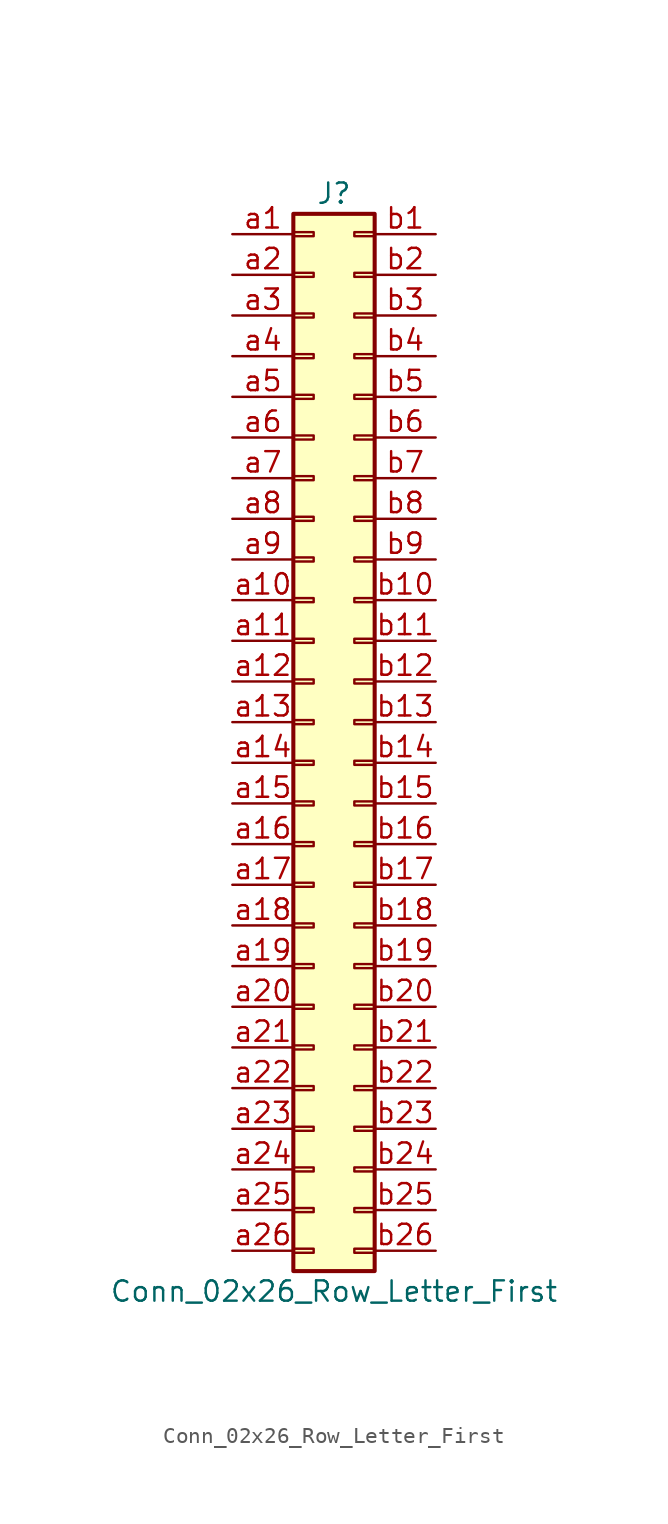
<source format=kicad_sym>
(kicad_symbol_lib
  (version 20220914)
  (generator kicad_symbol_editor)
  (symbol "Conn_02x26_Row_Letter_First"
    (pin_names
      (offset 1.016) hide)
    (property "Reference" "J"
      (at 1.27 33.02 0)
      (effects (font (size 1.27 1.27))))
    (property "Value" "Conn_02x26_Row_Letter_First"
      (at 1.27 -35.56 0)
      (effects (font (size 1.27 1.27))))
    (symbol "Conn_02x26_Row_Letter_First_1_1"
      (rectangle (start -1.27 -32.893) (end 0 -33.147) (stroke (width 0.152) (type solid)) (fill (type none)))
      (rectangle (start -1.27 -30.353) (end 0 -30.607) (stroke (width 0.152) (type solid)) (fill (type none)))
      (rectangle (start -1.27 -27.813) (end 0 -28.067) (stroke (width 0.152) (type solid)) (fill (type none)))
      (rectangle (start -1.27 -25.273) (end 0 -25.527) (stroke (width 0.152) (type solid)) (fill (type none)))
      (rectangle (start -1.27 -22.733) (end 0 -22.987) (stroke (width 0.152) (type solid)) (fill (type none)))
      (rectangle (start -1.27 -20.193) (end 0 -20.447) (stroke (width 0.152) (type solid)) (fill (type none)))
      (rectangle (start -1.27 -17.653) (end 0 -17.907) (stroke (width 0.152) (type solid)) (fill (type none)))
      (rectangle (start -1.27 -15.113) (end 0 -15.367) (stroke (width 0.152) (type solid)) (fill (type none)))
      (rectangle (start -1.27 -12.573) (end 0 -12.827) (stroke (width 0.152) (type solid)) (fill (type none)))
      (rectangle (start -1.27 -10.033) (end 0 -10.287) (stroke (width 0.152) (type solid)) (fill (type none)))
      (rectangle (start -1.27 -7.493) (end 0 -7.747) (stroke (width 0.152) (type solid)) (fill (type none)))
      (rectangle (start -1.27 -4.953) (end 0 -5.207) (stroke (width 0.152) (type solid)) (fill (type none)))
      (rectangle (start -1.27 -2.413) (end 0 -2.667) (stroke (width 0.152) (type solid)) (fill (type none)))
      (rectangle (start -1.27 0.127) (end 0 -0.127) (stroke (width 0.152) (type solid)) (fill (type none)))
      (rectangle (start -1.27 2.667) (end 0 2.413) (stroke (width 0.152) (type solid)) (fill (type none)))
      (rectangle (start -1.27 5.207) (end 0 4.953) (stroke (width 0.152) (type solid)) (fill (type none)))
      (rectangle (start -1.27 7.747) (end 0 7.493) (stroke (width 0.152) (type solid)) (fill (type none)))
      (rectangle (start -1.27 10.287) (end 0 10.033) (stroke (width 0.152) (type solid)) (fill (type none)))
      (rectangle (start -1.27 12.827) (end 0 12.573) (stroke (width 0.152) (type solid)) (fill (type none)))
      (rectangle (start -1.27 15.367) (end 0 15.113) (stroke (width 0.152) (type solid)) (fill (type none)))
      (rectangle (start -1.27 17.907) (end 0 17.653) (stroke (width 0.152) (type solid)) (fill (type none)))
      (rectangle (start -1.27 20.447) (end 0 20.193) (stroke (width 0.152) (type solid)) (fill (type none)))
      (rectangle (start -1.27 22.987) (end 0 22.733) (stroke (width 0.152) (type solid)) (fill (type none)))
      (rectangle (start -1.27 25.527) (end 0 25.273) (stroke (width 0.152) (type solid)) (fill (type none)))
      (rectangle (start -1.27 28.067) (end 0 27.813) (stroke (width 0.152) (type solid)) (fill (type none)))
      (rectangle (start -1.27 30.607) (end 0 30.353) (stroke (width 0.152) (type solid)) (fill (type none)))
      (rectangle (start -1.27 31.75) (end 3.81 -34.29) (stroke (width 0.254) (type solid)) (fill (type background)))
      (rectangle (start 3.81 -32.893) (end 2.54 -33.147) (stroke (width 0.152) (type solid)) (fill (type none)))
      (rectangle (start 3.81 -30.353) (end 2.54 -30.607) (stroke (width 0.152) (type solid)) (fill (type none)))
      (rectangle (start 3.81 -27.813) (end 2.54 -28.067) (stroke (width 0.152) (type solid)) (fill (type none)))
      (rectangle (start 3.81 -25.273) (end 2.54 -25.527) (stroke (width 0.152) (type solid)) (fill (type none)))
      (rectangle (start 3.81 -22.733) (end 2.54 -22.987) (stroke (width 0.152) (type solid)) (fill (type none)))
      (rectangle (start 3.81 -20.193) (end 2.54 -20.447) (stroke (width 0.152) (type solid)) (fill (type none)))
      (rectangle (start 3.81 -17.653) (end 2.54 -17.907) (stroke (width 0.152) (type solid)) (fill (type none)))
      (rectangle (start 3.81 -15.113) (end 2.54 -15.367) (stroke (width 0.152) (type solid)) (fill (type none)))
      (rectangle (start 3.81 -12.573) (end 2.54 -12.827) (stroke (width 0.152) (type solid)) (fill (type none)))
      (rectangle (start 3.81 -10.033) (end 2.54 -10.287) (stroke (width 0.152) (type solid)) (fill (type none)))
      (rectangle (start 3.81 -7.493) (end 2.54 -7.747) (stroke (width 0.152) (type solid)) (fill (type none)))
      (rectangle (start 3.81 -4.953) (end 2.54 -5.207) (stroke (width 0.152) (type solid)) (fill (type none)))
      (rectangle (start 3.81 -2.413) (end 2.54 -2.667) (stroke (width 0.152) (type solid)) (fill (type none)))
      (rectangle (start 3.81 0.127) (end 2.54 -0.127) (stroke (width 0.152) (type solid)) (fill (type none)))
      (rectangle (start 3.81 2.667) (end 2.54 2.413) (stroke (width 0.152) (type solid)) (fill (type none)))
      (rectangle (start 3.81 5.207) (end 2.54 4.953) (stroke (width 0.152) (type solid)) (fill (type none)))
      (rectangle (start 3.81 7.747) (end 2.54 7.493) (stroke (width 0.152) (type solid)) (fill (type none)))
      (rectangle (start 3.81 10.287) (end 2.54 10.033) (stroke (width 0.152) (type solid)) (fill (type none)))
      (rectangle (start 3.81 12.827) (end 2.54 12.573) (stroke (width 0.152) (type solid)) (fill (type none)))
      (rectangle (start 3.81 15.367) (end 2.54 15.113) (stroke (width 0.152) (type solid)) (fill (type none)))
      (rectangle (start 3.81 17.907) (end 2.54 17.653) (stroke (width 0.152) (type solid)) (fill (type none)))
      (rectangle (start 3.81 20.447) (end 2.54 20.193) (stroke (width 0.152) (type solid)) (fill (type none)))
      (rectangle (start 3.81 22.987) (end 2.54 22.733) (stroke (width 0.152) (type solid)) (fill (type none)))
      (rectangle (start 3.81 25.527) (end 2.54 25.273) (stroke (width 0.152) (type solid)) (fill (type none)))
      (rectangle (start 3.81 28.067) (end 2.54 27.813) (stroke (width 0.152) (type solid)) (fill (type none)))
      (rectangle (start 3.81 30.607) (end 2.54 30.353) (stroke (width 0.152) (type solid)) (fill (type none)))
      (pin passive line (at -5.08 30.48 0) (length 3.81) (name "Pin_a1" (effects (font (size 1.27 1.27)))) (number "a1" (effects (font (size 1.27 1.27)))))
      (pin passive line (at -5.08 7.62 0) (length 3.81) (name "Pin_a10" (effects (font (size 1.27 1.27)))) (number "a10" (effects (font (size 1.27 1.27)))))
      (pin passive line (at -5.08 5.08 0) (length 3.81) (name "Pin_a11" (effects (font (size 1.27 1.27)))) (number "a11" (effects (font (size 1.27 1.27)))))
      (pin passive line (at -5.08 2.54 0) (length 3.81) (name "Pin_a12" (effects (font (size 1.27 1.27)))) (number "a12" (effects (font (size 1.27 1.27)))))
      (pin passive line (at -5.08 0 0) (length 3.81) (name "Pin_a13" (effects (font (size 1.27 1.27)))) (number "a13" (effects (font (size 1.27 1.27)))))
      (pin passive line (at -5.08 -2.54 0) (length 3.81) (name "Pin_a14" (effects (font (size 1.27 1.27)))) (number "a14" (effects (font (size 1.27 1.27)))))
      (pin passive line (at -5.08 -5.08 0) (length 3.81) (name "Pin_a15" (effects (font (size 1.27 1.27)))) (number "a15" (effects (font (size 1.27 1.27)))))
      (pin passive line (at -5.08 -7.62 0) (length 3.81) (name "Pin_a16" (effects (font (size 1.27 1.27)))) (number "a16" (effects (font (size 1.27 1.27)))))
      (pin passive line (at -5.08 -10.16 0) (length 3.81) (name "Pin_a17" (effects (font (size 1.27 1.27)))) (number "a17" (effects (font (size 1.27 1.27)))))
      (pin passive line (at -5.08 -12.7 0) (length 3.81) (name "Pin_a18" (effects (font (size 1.27 1.27)))) (number "a18" (effects (font (size 1.27 1.27)))))
      (pin passive line (at -5.08 -15.24 0) (length 3.81) (name "Pin_a19" (effects (font (size 1.27 1.27)))) (number "a19" (effects (font (size 1.27 1.27)))))
      (pin passive line (at -5.08 27.94 0) (length 3.81) (name "Pin_a2" (effects (font (size 1.27 1.27)))) (number "a2" (effects (font (size 1.27 1.27)))))
      (pin passive line (at -5.08 -17.78 0) (length 3.81) (name "Pin_a20" (effects (font (size 1.27 1.27)))) (number "a20" (effects (font (size 1.27 1.27)))))
      (pin passive line (at -5.08 -20.32 0) (length 3.81) (name "Pin_a21" (effects (font (size 1.27 1.27)))) (number "a21" (effects (font (size 1.27 1.27)))))
      (pin passive line (at -5.08 -22.86 0) (length 3.81) (name "Pin_a22" (effects (font (size 1.27 1.27)))) (number "a22" (effects (font (size 1.27 1.27)))))
      (pin passive line (at -5.08 -25.4 0) (length 3.81) (name "Pin_a23" (effects (font (size 1.27 1.27)))) (number "a23" (effects (font (size 1.27 1.27)))))
      (pin passive line (at -5.08 -27.94 0) (length 3.81) (name "Pin_a24" (effects (font (size 1.27 1.27)))) (number "a24" (effects (font (size 1.27 1.27)))))
      (pin passive line (at -5.08 -30.48 0) (length 3.81) (name "Pin_a25" (effects (font (size 1.27 1.27)))) (number "a25" (effects (font (size 1.27 1.27)))))
      (pin passive line (at -5.08 -33.02 0) (length 3.81) (name "Pin_a26" (effects (font (size 1.27 1.27)))) (number "a26" (effects (font (size 1.27 1.27)))))
      (pin passive line (at -5.08 25.4 0) (length 3.81) (name "Pin_a3" (effects (font (size 1.27 1.27)))) (number "a3" (effects (font (size 1.27 1.27)))))
      (pin passive line (at -5.08 22.86 0) (length 3.81) (name "Pin_a4" (effects (font (size 1.27 1.27)))) (number "a4" (effects (font (size 1.27 1.27)))))
      (pin passive line (at -5.08 20.32 0) (length 3.81) (name "Pin_a5" (effects (font (size 1.27 1.27)))) (number "a5" (effects (font (size 1.27 1.27)))))
      (pin passive line (at -5.08 17.78 0) (length 3.81) (name "Pin_a6" (effects (font (size 1.27 1.27)))) (number "a6" (effects (font (size 1.27 1.27)))))
      (pin passive line (at -5.08 15.24 0) (length 3.81) (name "Pin_a7" (effects (font (size 1.27 1.27)))) (number "a7" (effects (font (size 1.27 1.27)))))
      (pin passive line (at -5.08 12.7 0) (length 3.81) (name "Pin_a8" (effects (font (size 1.27 1.27)))) (number "a8" (effects (font (size 1.27 1.27)))))
      (pin passive line (at -5.08 10.16 0) (length 3.81) (name "Pin_a9" (effects (font (size 1.27 1.27)))) (number "a9" (effects (font (size 1.27 1.27)))))
      (pin passive line (at 7.62 30.48 180) (length 3.81) (name "Pin_b1" (effects (font (size 1.27 1.27)))) (number "b1" (effects (font (size 1.27 1.27)))))
      (pin passive line (at 7.62 7.62 180) (length 3.81) (name "Pin_b10" (effects (font (size 1.27 1.27)))) (number "b10" (effects (font (size 1.27 1.27)))))
      (pin passive line (at 7.62 5.08 180) (length 3.81) (name "Pin_b11" (effects (font (size 1.27 1.27)))) (number "b11" (effects (font (size 1.27 1.27)))))
      (pin passive line (at 7.62 2.54 180) (length 3.81) (name "Pin_b12" (effects (font (size 1.27 1.27)))) (number "b12" (effects (font (size 1.27 1.27)))))
      (pin passive line (at 7.62 0 180) (length 3.81) (name "Pin_b13" (effects (font (size 1.27 1.27)))) (number "b13" (effects (font (size 1.27 1.27)))))
      (pin passive line (at 7.62 -2.54 180) (length 3.81) (name "Pin_b14" (effects (font (size 1.27 1.27)))) (number "b14" (effects (font (size 1.27 1.27)))))
      (pin passive line (at 7.62 -5.08 180) (length 3.81) (name "Pin_b15" (effects (font (size 1.27 1.27)))) (number "b15" (effects (font (size 1.27 1.27)))))
      (pin passive line (at 7.62 -7.62 180) (length 3.81) (name "Pin_b16" (effects (font (size 1.27 1.27)))) (number "b16" (effects (font (size 1.27 1.27)))))
      (pin passive line (at 7.62 -10.16 180) (length 3.81) (name "Pin_b17" (effects (font (size 1.27 1.27)))) (number "b17" (effects (font (size 1.27 1.27)))))
      (pin passive line (at 7.62 -12.7 180) (length 3.81) (name "Pin_b18" (effects (font (size 1.27 1.27)))) (number "b18" (effects (font (size 1.27 1.27)))))
      (pin passive line (at 7.62 -15.24 180) (length 3.81) (name "Pin_b19" (effects (font (size 1.27 1.27)))) (number "b19" (effects (font (size 1.27 1.27)))))
      (pin passive line (at 7.62 27.94 180) (length 3.81) (name "Pin_b2" (effects (font (size 1.27 1.27)))) (number "b2" (effects (font (size 1.27 1.27)))))
      (pin passive line (at 7.62 -17.78 180) (length 3.81) (name "Pin_b20" (effects (font (size 1.27 1.27)))) (number "b20" (effects (font (size 1.27 1.27)))))
      (pin passive line (at 7.62 -20.32 180) (length 3.81) (name "Pin_b21" (effects (font (size 1.27 1.27)))) (number "b21" (effects (font (size 1.27 1.27)))))
      (pin passive line (at 7.62 -22.86 180) (length 3.81) (name "Pin_b22" (effects (font (size 1.27 1.27)))) (number "b22" (effects (font (size 1.27 1.27)))))
      (pin passive line (at 7.62 -25.4 180) (length 3.81) (name "Pin_b23" (effects (font (size 1.27 1.27)))) (number "b23" (effects (font (size 1.27 1.27)))))
      (pin passive line (at 7.62 -27.94 180) (length 3.81) (name "Pin_b24" (effects (font (size 1.27 1.27)))) (number "b24" (effects (font (size 1.27 1.27)))))
      (pin passive line (at 7.62 -30.48 180) (length 3.81) (name "Pin_b25" (effects (font (size 1.27 1.27)))) (number "b25" (effects (font (size 1.27 1.27)))))
      (pin passive line (at 7.62 -33.02 180) (length 3.81) (name "Pin_b26" (effects (font (size 1.27 1.27)))) (number "b26" (effects (font (size 1.27 1.27)))))
      (pin passive line (at 7.62 25.4 180) (length 3.81) (name "Pin_b3" (effects (font (size 1.27 1.27)))) (number "b3" (effects (font (size 1.27 1.27)))))
      (pin passive line (at 7.62 22.86 180) (length 3.81) (name "Pin_b4" (effects (font (size 1.27 1.27)))) (number "b4" (effects (font (size 1.27 1.27)))))
      (pin passive line (at 7.62 20.32 180) (length 3.81) (name "Pin_b5" (effects (font (size 1.27 1.27)))) (number "b5" (effects (font (size 1.27 1.27)))))
      (pin passive line (at 7.62 17.78 180) (length 3.81) (name "Pin_b6" (effects (font (size 1.27 1.27)))) (number "b6" (effects (font (size 1.27 1.27)))))
      (pin passive line (at 7.62 15.24 180) (length 3.81) (name "Pin_b7" (effects (font (size 1.27 1.27)))) (number "b7" (effects (font (size 1.27 1.27)))))
      (pin passive line (at 7.62 12.7 180) (length 3.81) (name "Pin_b8" (effects (font (size 1.27 1.27)))) (number "b8" (effects (font (size 1.27 1.27)))))
      (pin passive line (at 7.62 10.16 180) (length 3.81) (name "Pin_b9" (effects (font (size 1.27 1.27)))) (number "b9" (effects (font (size 1.27 1.27))))))))
</source>
